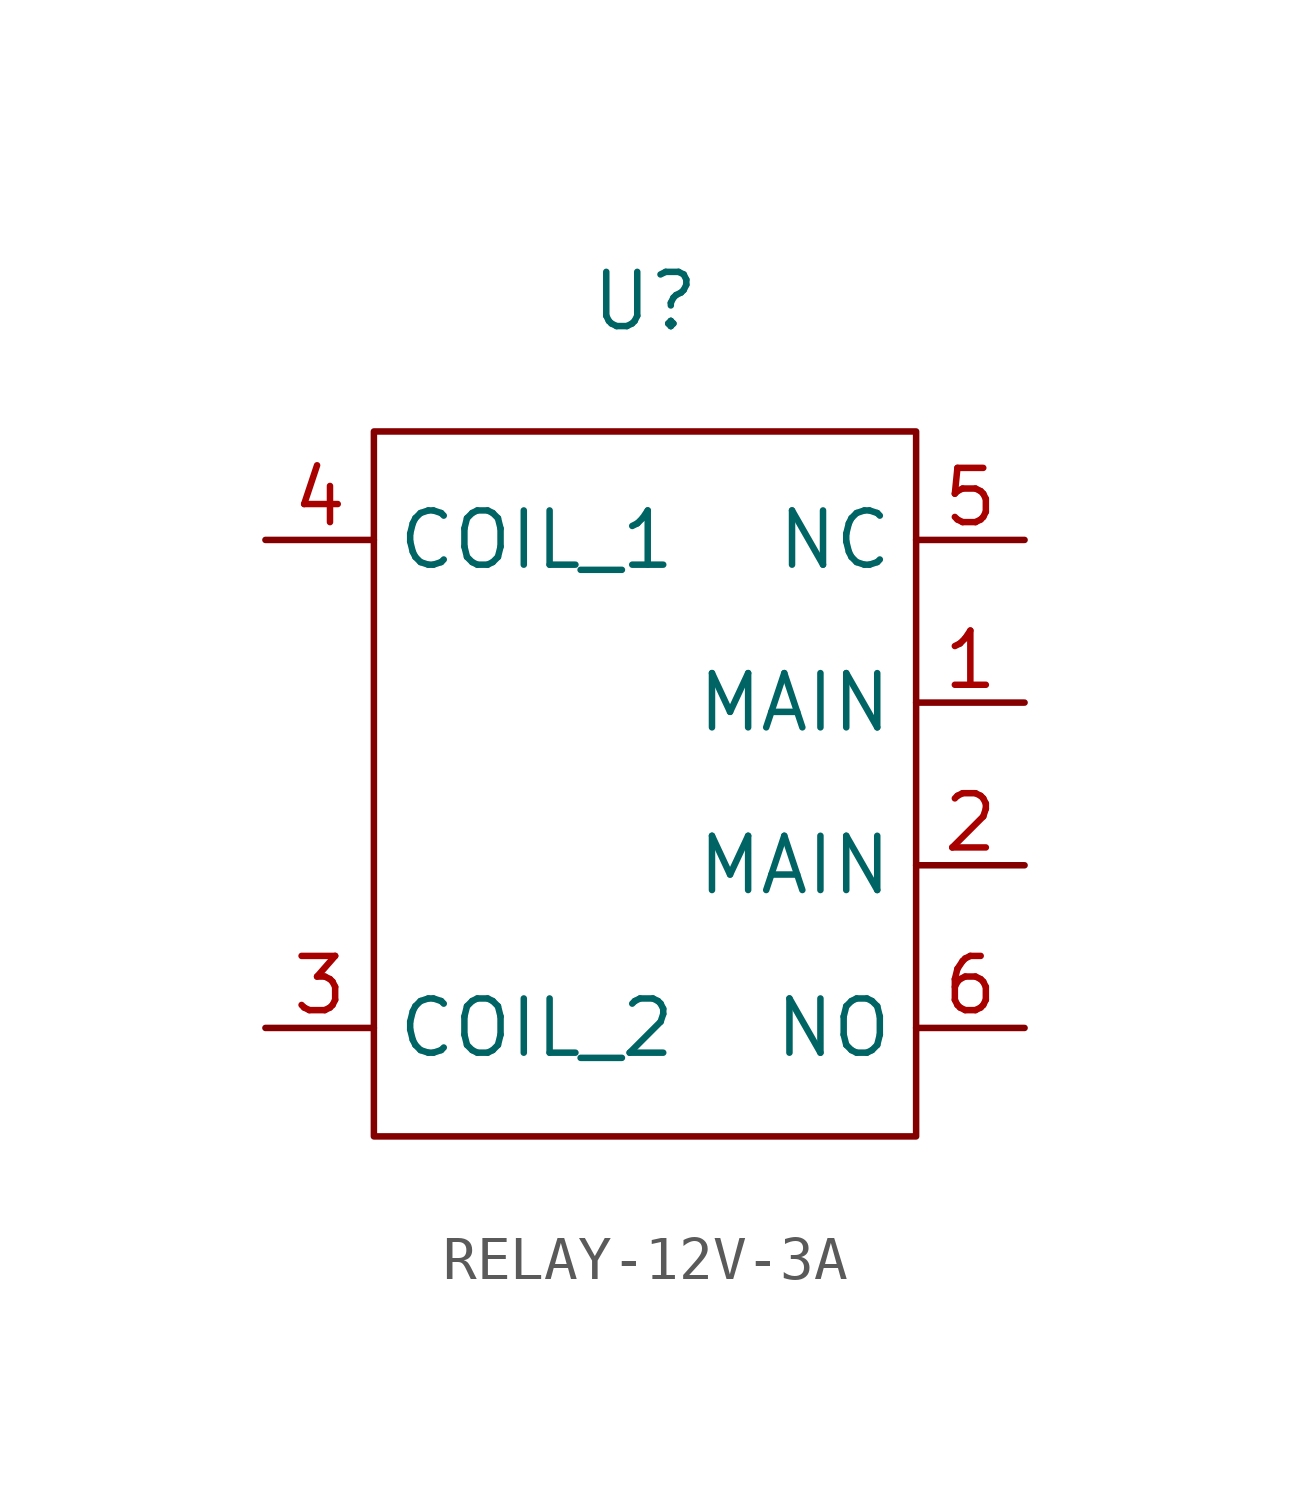
<source format=kicad_sym>
(kicad_symbol_lib
  (version 20231120)
  (generator "kicad_symbol_editor")
  (generator_version "8.0")
  (symbol "RELAY-12V-3A"
    (property "Reference" "U"
      (at 0 3.048 0)
      (effects (font (size 1.27 1.27))))
    (property "Value" ""
      (at 0 0 0)
      (effects (font (size 1.27 1.27))))
    (symbol "RELAY-12V-3A_1_1"
      (rectangle (start -6.35 0) (end 6.35 -16.51) (stroke (width 0) (type default)) (fill (type none)))
      (pin input line (at 8.89 -6.35 180) (length 2.54) (name "MAIN" (effects (font (size 1.27 1.27)))) (number "1" (effects (font (size 1.27 1.27)))))
      (pin input line (at 8.89 -10.16 180) (length 2.54) (name "MAIN" (effects (font (size 1.27 1.27)))) (number "2" (effects (font (size 1.27 1.27)))))
      (pin input line (at -8.89 -13.97 0) (length 2.54) (name "COIL_2" (effects (font (size 1.27 1.27)))) (number "3" (effects (font (size 1.27 1.27)))))
      (pin input line (at -8.89 -2.54 0) (length 2.54) (name "COIL_1" (effects (font (size 1.27 1.27)))) (number "4" (effects (font (size 1.27 1.27)))))
      (pin input line (at 8.89 -2.54 180) (length 2.54) (name "NC" (effects (font (size 1.27 1.27)))) (number "5" (effects (font (size 1.27 1.27)))))
      (pin input line (at 8.89 -13.97 180) (length 2.54) (name "NO" (effects (font (size 1.27 1.27)))) (number "6" (effects (font (size 1.27 1.27))))))))
</source>
